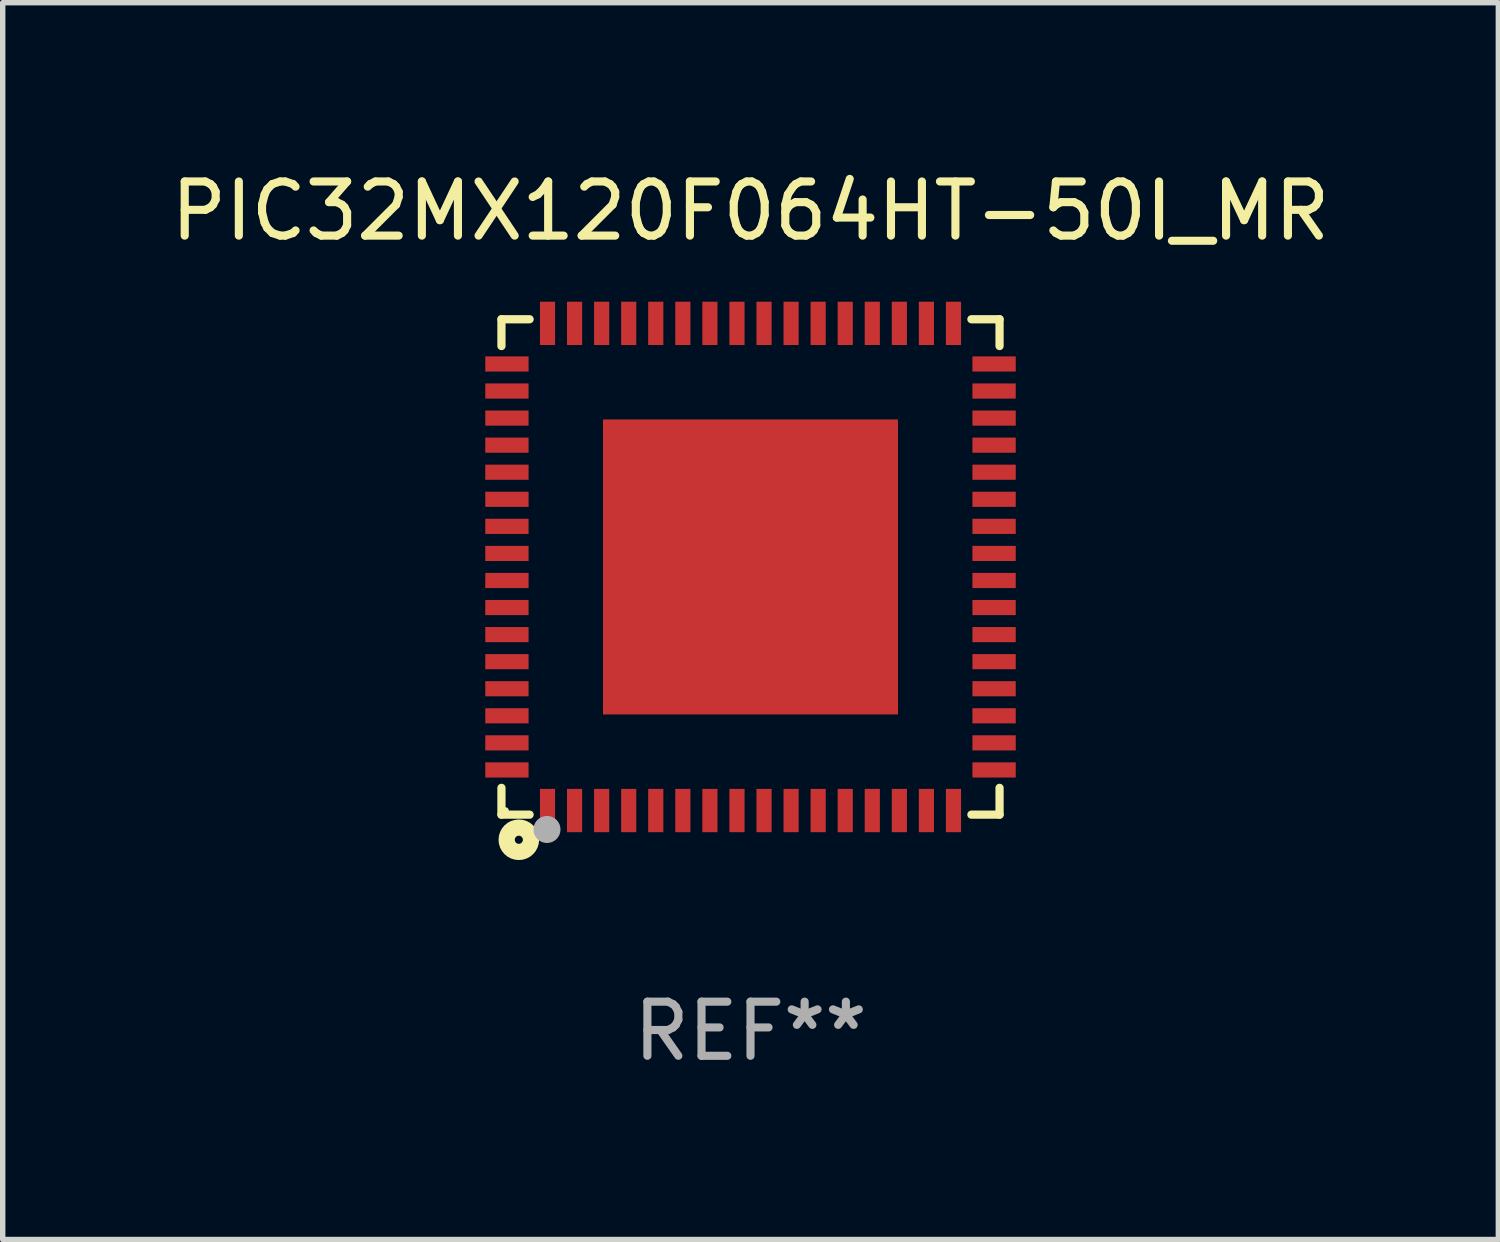
<source format=kicad_pcb>
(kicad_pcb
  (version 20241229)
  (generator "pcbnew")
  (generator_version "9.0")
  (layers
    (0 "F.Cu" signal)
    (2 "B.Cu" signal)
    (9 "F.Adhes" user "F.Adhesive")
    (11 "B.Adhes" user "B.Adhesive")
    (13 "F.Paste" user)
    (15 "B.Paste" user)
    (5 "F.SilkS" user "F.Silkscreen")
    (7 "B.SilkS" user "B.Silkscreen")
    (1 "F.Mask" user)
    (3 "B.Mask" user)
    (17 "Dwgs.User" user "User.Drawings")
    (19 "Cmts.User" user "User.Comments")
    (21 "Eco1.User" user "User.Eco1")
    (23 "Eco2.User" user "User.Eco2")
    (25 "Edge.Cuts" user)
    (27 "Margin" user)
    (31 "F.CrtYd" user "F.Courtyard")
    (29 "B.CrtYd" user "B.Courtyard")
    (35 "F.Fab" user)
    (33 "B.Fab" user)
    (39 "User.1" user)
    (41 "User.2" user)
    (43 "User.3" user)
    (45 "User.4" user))
  (footprint "PIC32MX120F064HT-50I_MR"
    (layer "F.Cu")
    (at 10.815 7.424)
    (property "Reference" "PIC32MX120F064HT-50I_MR" (at 0 -6.576 0) (layer "F.SilkS") (effects (font (size 1 1) (thickness 0.15))))
    (attr through_hole)
    (fp_line (start -4.601 -4.576) (end -4.081 -4.576) (stroke (width 0.152) (type solid)) (layer "F.SilkS"))
    (fp_line (start -4.601 -4.081) (end -4.601 -4.576) (stroke (width 0.152) (type solid)) (layer "F.SilkS"))
    (fp_line (start -4.601 4.081) (end -4.601 4.576) (stroke (width 0.152) (type solid)) (layer "F.SilkS"))
    (fp_line (start -4.601 4.576) (end -4.081 4.576) (stroke (width 0.152) (type solid)) (layer "F.SilkS"))
    (fp_line (start 4.601 -4.576) (end 4.081 -4.576) (stroke (width 0.152) (type solid)) (layer "F.SilkS"))
    (fp_line (start 4.601 -4.081) (end 4.601 -4.576) (stroke (width 0.152) (type solid)) (layer "F.SilkS"))
    (fp_line (start 4.601 4.081) (end 4.601 4.576) (stroke (width 0.152) (type solid)) (layer "F.SilkS"))
    (fp_line (start 4.601 4.576) (end 4.081 4.576) (stroke (width 0.152) (type solid)) (layer "F.SilkS"))
    (fp_circle (center -4.525 4.5) (end -4.495 4.5) (stroke (width 0.06) (type solid)) (fill no) (layer "F.SilkS"))
    (fp_circle (center -4.28 5.04) (end -4.205 5.04) (stroke (width 0.3) (type solid)) (fill no) (layer "F.SilkS"))
    (fp_circle (center -3.76 4.85) (end -3.635 4.85) (stroke (width 0.25) (type solid)) (fill no) (layer "F.Fab"))
    (fp_text user "REF**" (at 0 8.576 0) (layer "F.Fab") (effects (font (size 1 1) (thickness 0.15))))
    (pad "1" smd rect (at -3.75 4.5) (size 0.28 0.8) (layers "F.Cu" "F.Mask" "F.Paste"))
    (pad "2" smd rect (at -3.25 4.5) (size 0.28 0.8) (layers "F.Cu" "F.Mask" "F.Paste"))
    (pad "3" smd rect (at -2.75 4.5) (size 0.28 0.8) (layers "F.Cu" "F.Mask" "F.Paste"))
    (pad "4" smd rect (at -2.25 4.5) (size 0.28 0.8) (layers "F.Cu" "F.Mask" "F.Paste"))
    (pad "5" smd rect (at -1.75 4.5) (size 0.28 0.8) (layers "F.Cu" "F.Mask" "F.Paste"))
    (pad "6" smd rect (at -1.25 4.5) (size 0.28 0.8) (layers "F.Cu" "F.Mask" "F.Paste"))
    (pad "7" smd rect (at -0.75 4.5) (size 0.28 0.8) (layers "F.Cu" "F.Mask" "F.Paste"))
    (pad "8" smd rect (at -0.25 4.5) (size 0.28 0.8) (layers "F.Cu" "F.Mask" "F.Paste"))
    (pad "9" smd rect (at 0.25 4.5) (size 0.28 0.8) (layers "F.Cu" "F.Mask" "F.Paste"))
    (pad "10" smd rect (at 0.75 4.5) (size 0.28 0.8) (layers "F.Cu" "F.Mask" "F.Paste"))
    (pad "11" smd rect (at 1.25 4.5) (size 0.28 0.8) (layers "F.Cu" "F.Mask" "F.Paste"))
    (pad "12" smd rect (at 1.75 4.5) (size 0.28 0.8) (layers "F.Cu" "F.Mask" "F.Paste"))
    (pad "13" smd rect (at 2.25 4.5) (size 0.28 0.8) (layers "F.Cu" "F.Mask" "F.Paste"))
    (pad "14" smd rect (at 2.75 4.5) (size 0.28 0.8) (layers "F.Cu" "F.Mask" "F.Paste"))
    (pad "15" smd rect (at 3.25 4.5) (size 0.28 0.8) (layers "F.Cu" "F.Mask" "F.Paste"))
    (pad "16" smd rect (at 3.75 4.5) (size 0.28 0.8) (layers "F.Cu" "F.Mask" "F.Paste"))
    (pad "17" smd rect (at 4.5 3.75) (size 0.8 0.28) (layers "F.Cu" "F.Mask" "F.Paste"))
    (pad "18" smd rect (at 4.5 3.25) (size 0.8 0.28) (layers "F.Cu" "F.Mask" "F.Paste"))
    (pad "19" smd rect (at 4.5 2.75) (size 0.8 0.28) (layers "F.Cu" "F.Mask" "F.Paste"))
    (pad "20" smd rect (at 4.5 2.25) (size 0.8 0.28) (layers "F.Cu" "F.Mask" "F.Paste"))
    (pad "21" smd rect (at 4.5 1.75) (size 0.8 0.28) (layers "F.Cu" "F.Mask" "F.Paste"))
    (pad "22" smd rect (at 4.5 1.25) (size 0.8 0.28) (layers "F.Cu" "F.Mask" "F.Paste"))
    (pad "23" smd rect (at 4.5 0.75) (size 0.8 0.28) (layers "F.Cu" "F.Mask" "F.Paste"))
    (pad "24" smd rect (at 4.5 0.25) (size 0.8 0.28) (layers "F.Cu" "F.Mask" "F.Paste"))
    (pad "25" smd rect (at 4.5 -0.25) (size 0.8 0.28) (layers "F.Cu" "F.Mask" "F.Paste"))
    (pad "26" smd rect (at 4.5 -0.75) (size 0.8 0.28) (layers "F.Cu" "F.Mask" "F.Paste"))
    (pad "27" smd rect (at 4.5 -1.25) (size 0.8 0.28) (layers "F.Cu" "F.Mask" "F.Paste"))
    (pad "28" smd rect (at 4.5 -1.75) (size 0.8 0.28) (layers "F.Cu" "F.Mask" "F.Paste"))
    (pad "29" smd rect (at 4.5 -2.25) (size 0.8 0.28) (layers "F.Cu" "F.Mask" "F.Paste"))
    (pad "30" smd rect (at 4.5 -2.75) (size 0.8 0.28) (layers "F.Cu" "F.Mask" "F.Paste"))
    (pad "31" smd rect (at 4.5 -3.25) (size 0.8 0.28) (layers "F.Cu" "F.Mask" "F.Paste"))
    (pad "32" smd rect (at 4.5 -3.75) (size 0.8 0.28) (layers "F.Cu" "F.Mask" "F.Paste"))
    (pad "33" smd rect (at 3.75 -4.5) (size 0.28 0.8) (layers "F.Cu" "F.Mask" "F.Paste"))
    (pad "34" smd rect (at 3.25 -4.5) (size 0.28 0.8) (layers "F.Cu" "F.Mask" "F.Paste"))
    (pad "35" smd rect (at 2.75 -4.5) (size 0.28 0.8) (layers "F.Cu" "F.Mask" "F.Paste"))
    (pad "36" smd rect (at 2.25 -4.5) (size 0.28 0.8) (layers "F.Cu" "F.Mask" "F.Paste"))
    (pad "37" smd rect (at 1.75 -4.5) (size 0.28 0.8) (layers "F.Cu" "F.Mask" "F.Paste"))
    (pad "38" smd rect (at 1.25 -4.5) (size 0.28 0.8) (layers "F.Cu" "F.Mask" "F.Paste"))
    (pad "39" smd rect (at 0.75 -4.5) (size 0.28 0.8) (layers "F.Cu" "F.Mask" "F.Paste"))
    (pad "40" smd rect (at 0.25 -4.5) (size 0.28 0.8) (layers "F.Cu" "F.Mask" "F.Paste"))
    (pad "41" smd rect (at -0.25 -4.5) (size 0.28 0.8) (layers "F.Cu" "F.Mask" "F.Paste"))
    (pad "42" smd rect (at -0.75 -4.5) (size 0.28 0.8) (layers "F.Cu" "F.Mask" "F.Paste"))
    (pad "43" smd rect (at -1.25 -4.5) (size 0.28 0.8) (layers "F.Cu" "F.Mask" "F.Paste"))
    (pad "44" smd rect (at -1.75 -4.5) (size 0.28 0.8) (layers "F.Cu" "F.Mask" "F.Paste"))
    (pad "45" smd rect (at -2.25 -4.5) (size 0.28 0.8) (layers "F.Cu" "F.Mask" "F.Paste"))
    (pad "46" smd rect (at -2.75 -4.5) (size 0.28 0.8) (layers "F.Cu" "F.Mask" "F.Paste"))
    (pad "47" smd rect (at -3.25 -4.5) (size 0.28 0.8) (layers "F.Cu" "F.Mask" "F.Paste"))
    (pad "48" smd rect (at -3.75 -4.5) (size 0.28 0.8) (layers "F.Cu" "F.Mask" "F.Paste"))
    (pad "49" smd rect (at -4.5 -3.75) (size 0.8 0.28) (layers "F.Cu" "F.Mask" "F.Paste"))
    (pad "50" smd rect (at -4.5 -3.25) (size 0.8 0.28) (layers "F.Cu" "F.Mask" "F.Paste"))
    (pad "51" smd rect (at -4.5 -2.75) (size 0.8 0.28) (layers "F.Cu" "F.Mask" "F.Paste"))
    (pad "52" smd rect (at -4.5 -2.25) (size 0.8 0.28) (layers "F.Cu" "F.Mask" "F.Paste"))
    (pad "53" smd rect (at -4.5 -1.75) (size 0.8 0.28) (layers "F.Cu" "F.Mask" "F.Paste"))
    (pad "54" smd rect (at -4.5 -1.25) (size 0.8 0.28) (layers "F.Cu" "F.Mask" "F.Paste"))
    (pad "55" smd rect (at -4.5 -0.75) (size 0.8 0.28) (layers "F.Cu" "F.Mask" "F.Paste"))
    (pad "56" smd rect (at -4.5 -0.25) (size 0.8 0.28) (layers "F.Cu" "F.Mask" "F.Paste"))
    (pad "57" smd rect (at -4.5 0.25) (size 0.8 0.28) (layers "F.Cu" "F.Mask" "F.Paste"))
    (pad "58" smd rect (at -4.5 0.75) (size 0.8 0.28) (layers "F.Cu" "F.Mask" "F.Paste"))
    (pad "59" smd rect (at -4.5 1.25) (size 0.8 0.28) (layers "F.Cu" "F.Mask" "F.Paste"))
    (pad "60" smd rect (at -4.5 1.75) (size 0.8 0.28) (layers "F.Cu" "F.Mask" "F.Paste"))
    (pad "61" smd rect (at -4.5 2.25) (size 0.8 0.28) (layers "F.Cu" "F.Mask" "F.Paste"))
    (pad "62" smd rect (at -4.5 2.75) (size 0.8 0.28) (layers "F.Cu" "F.Mask" "F.Paste"))
    (pad "63" smd rect (at -4.5 3.25) (size 0.8 0.28) (layers "F.Cu" "F.Mask" "F.Paste"))
    (pad "64" smd rect (at -4.5 3.75) (size 0.8 0.28) (layers "F.Cu" "F.Mask" "F.Paste"))
    (pad "65" smd rect (at 0 0) (size 5.45 5.45) (layers "F.Cu" "F.Mask" "F.Paste")))
  (gr_rect
    (start -3 -3)
    (end 24.631 19.849)
    (stroke (width 0.1) (type default))
    (fill no)
    (layer "Edge.Cuts")))
</source>
